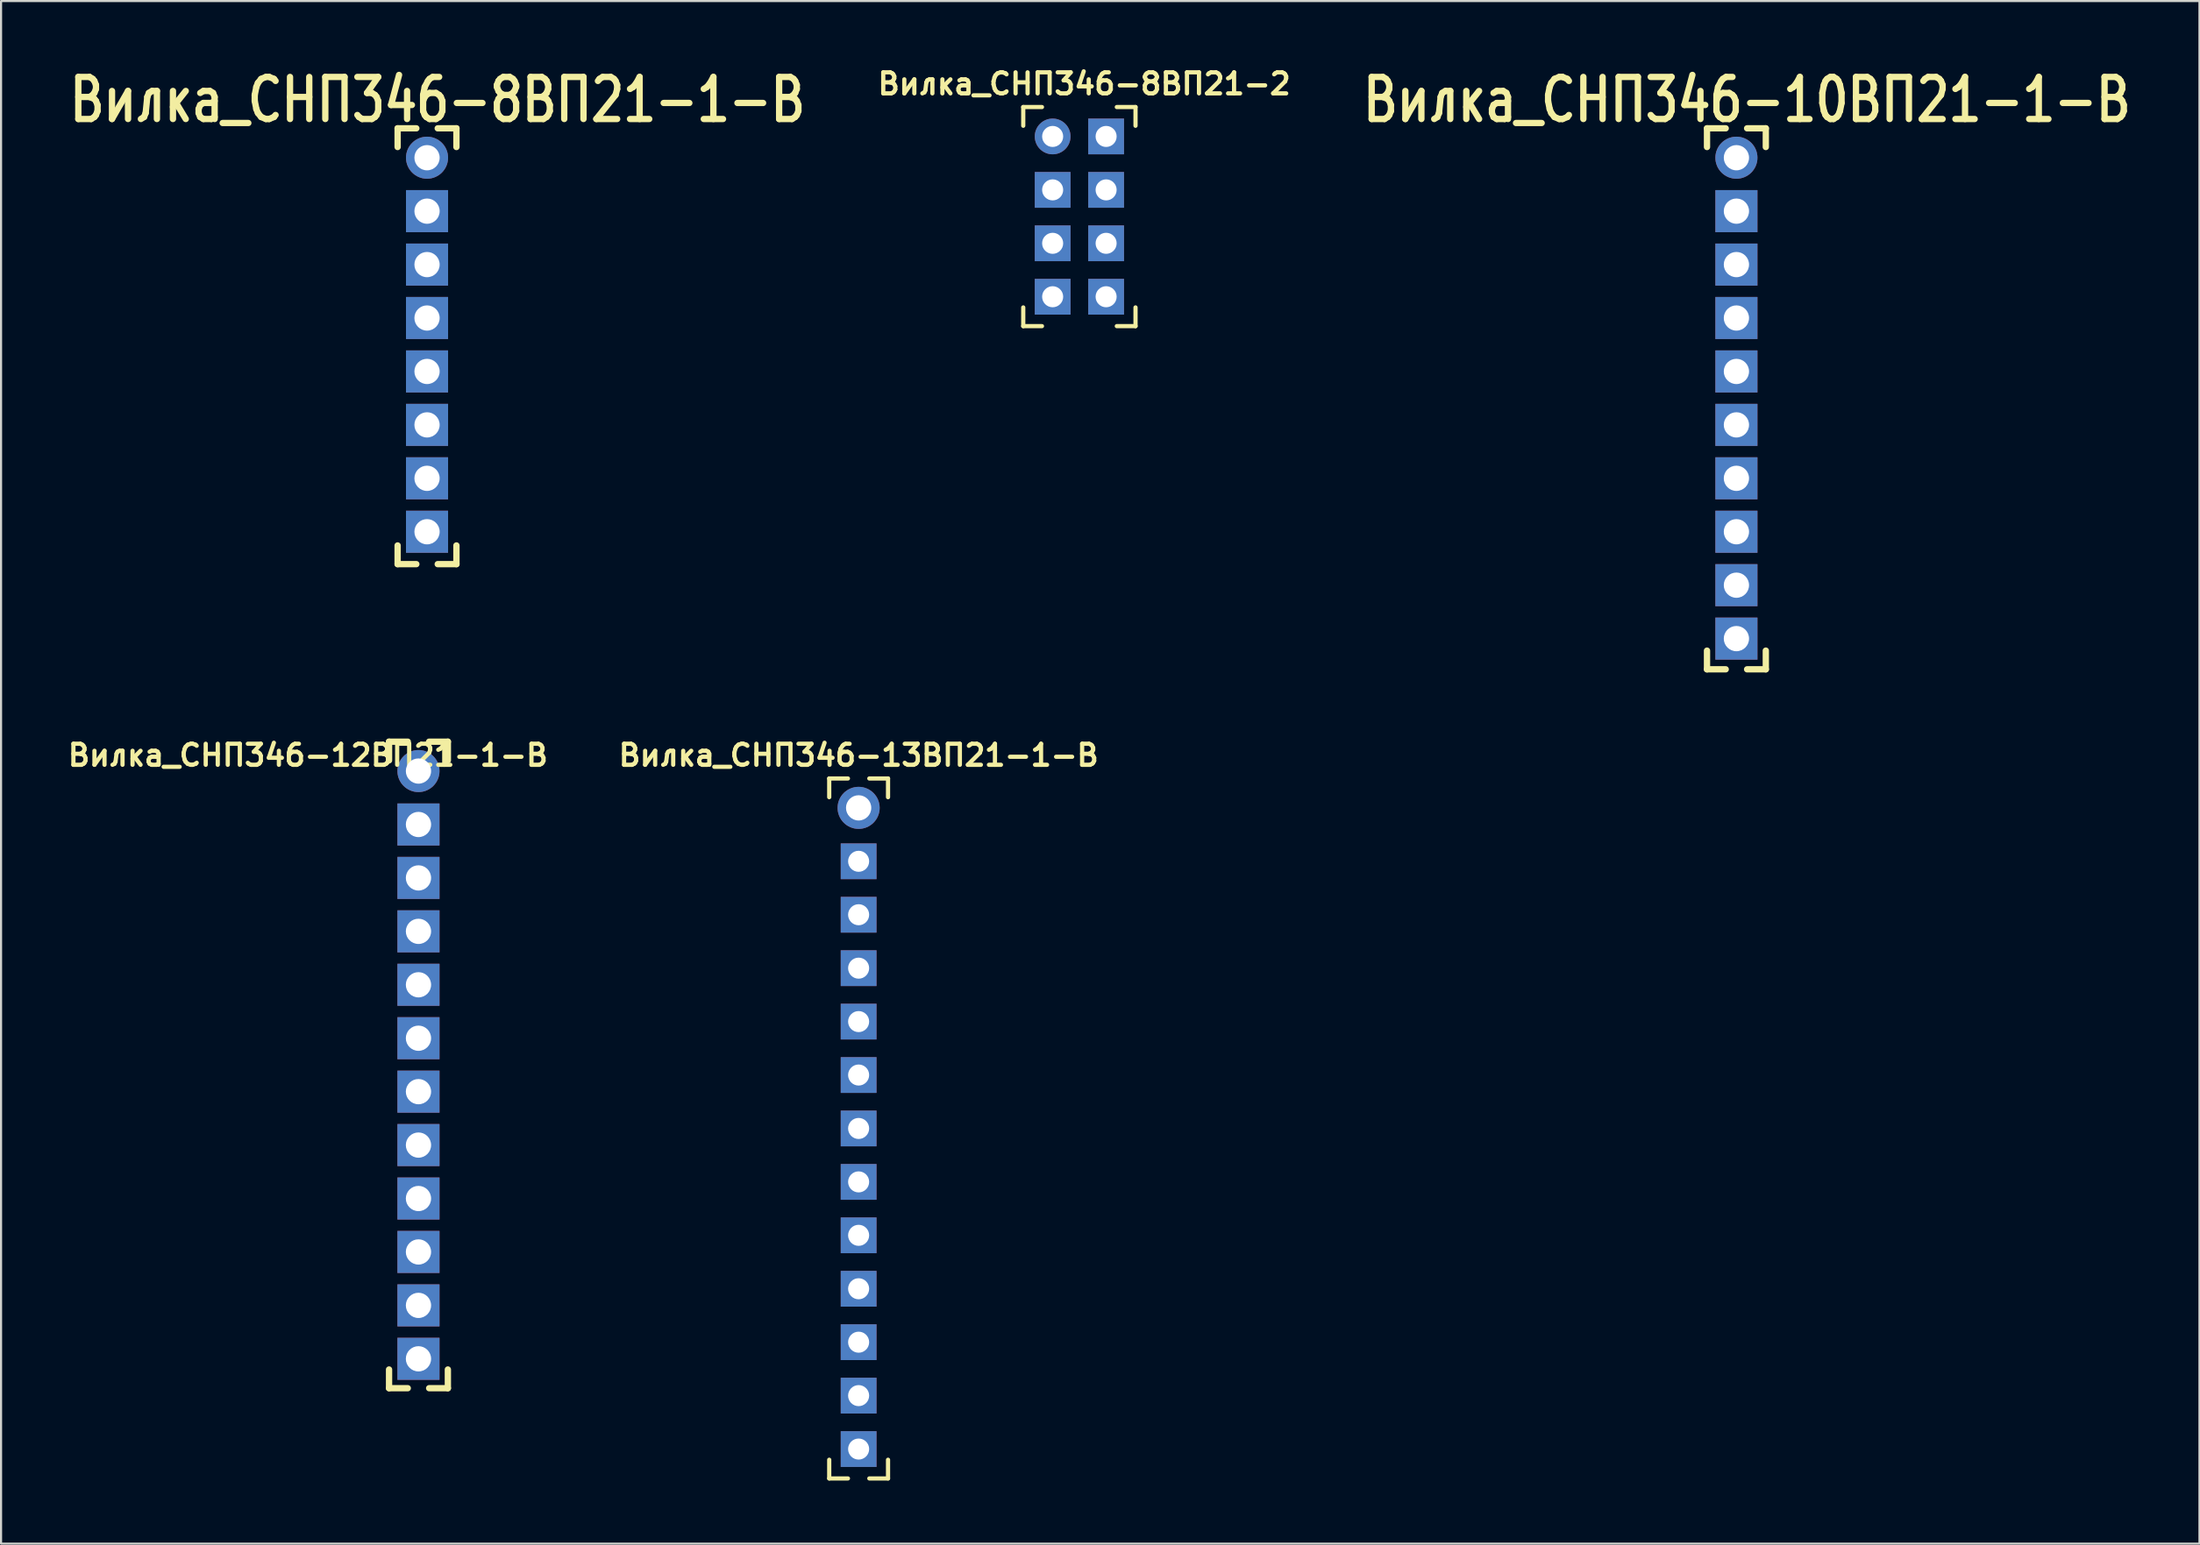
<source format=kicad_pcb>
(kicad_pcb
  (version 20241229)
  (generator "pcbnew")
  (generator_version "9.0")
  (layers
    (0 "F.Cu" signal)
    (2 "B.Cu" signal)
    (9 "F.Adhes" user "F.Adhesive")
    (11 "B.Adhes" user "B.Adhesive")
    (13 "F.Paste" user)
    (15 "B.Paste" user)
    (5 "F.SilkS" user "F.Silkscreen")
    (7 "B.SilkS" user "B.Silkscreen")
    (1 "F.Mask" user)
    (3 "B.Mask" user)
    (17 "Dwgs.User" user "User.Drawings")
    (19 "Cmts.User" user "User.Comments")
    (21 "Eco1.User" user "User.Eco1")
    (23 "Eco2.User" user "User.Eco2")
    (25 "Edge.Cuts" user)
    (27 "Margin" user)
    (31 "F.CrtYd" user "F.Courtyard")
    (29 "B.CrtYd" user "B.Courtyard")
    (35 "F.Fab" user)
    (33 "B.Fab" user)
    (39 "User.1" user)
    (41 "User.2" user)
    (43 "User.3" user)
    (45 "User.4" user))
  (footprint "Вилка_СНП346-10ВП21-1-В"
    (layer "F.Cu")
    (at 79.446 4.447)
    (property "Reference" "Вилка_СНП346-10ВП21-1-В" (at 0.5 -2.75 0) (layer "F.SilkS") (effects (font (size 2 1.6) (thickness 0.3))))
    (attr through_hole)
    (fp_line (start -1.397 -1.397) (end -1.397 -0.508) (stroke (width 0.3) (type solid)) (layer "F.SilkS"))
    (fp_line (start -1.397 -1.397) (end -0.508 -1.397) (stroke (width 0.3) (type solid)) (layer "F.SilkS"))
    (fp_line (start -1.397 24.32) (end -1.397 23.431) (stroke (width 0.3) (type solid)) (layer "F.SilkS"))
    (fp_line (start -1.397 24.32) (end -0.508 24.32) (stroke (width 0.3) (type solid)) (layer "F.SilkS"))
    (fp_line (start 1.397 -1.397) (end 0.508 -1.397) (stroke (width 0.3) (type solid)) (layer "F.SilkS"))
    (fp_line (start 1.397 -1.397) (end 1.397 -0.508) (stroke (width 0.3) (type solid)) (layer "F.SilkS"))
    (fp_line (start 1.397 24.32) (end 0.508 24.32) (stroke (width 0.3) (type solid)) (layer "F.SilkS"))
    (fp_line (start 1.397 24.32) (end 1.397 23.431) (stroke (width 0.3) (type solid)) (layer "F.SilkS"))
    (pad "1" thru_hole circle (at 0 0) (size 2 2) (drill 1.2) (layers "*.Cu" "*.Mask"))
    (pad "2" thru_hole rect (at 0 2.54) (size 2 2) (drill 1.2) (layers "*.Cu" "*.Mask"))
    (pad "3" thru_hole rect (at 0 5.08) (size 2 2) (drill 1.2) (layers "*.Cu" "*.Mask"))
    (pad "4" thru_hole rect (at 0 7.62) (size 2 2) (drill 1.2) (layers "*.Cu" "*.Mask"))
    (pad "5" thru_hole rect (at 0 10.16) (size 2 2) (drill 1.2) (layers "*.Cu" "*.Mask"))
    (pad "6" thru_hole rect (at 0 12.7) (size 2 2) (drill 1.2) (layers "*.Cu" "*.Mask"))
    (pad "7" thru_hole rect (at 0 15.24) (size 2 2) (drill 1.2) (layers "*.Cu" "*.Mask"))
    (pad "8" thru_hole rect (at 0 17.78) (size 2 2) (drill 1.2) (layers "*.Cu" "*.Mask"))
    (pad "9" thru_hole rect (at 0 20.32) (size 2 2) (drill 1.2) (layers "*.Cu" "*.Mask"))
    (pad "10" thru_hole rect (at 0 22.86) (size 2 2) (drill 1.2) (layers "*.Cu" "*.Mask")))
  (footprint "Вилка_СНП346-8ВП21-1-В"
    (layer "F.Cu")
    (at 17.238 4.447)
    (property "Reference" "Вилка_СНП346-8ВП21-1-В" (at 0.5 -2.75 0) (layer "F.SilkS") (effects (font (size 2 1.6) (thickness 0.3))))
    (attr through_hole)
    (fp_line (start -1.397 -1.397) (end -1.397 -0.508) (stroke (width 0.3) (type solid)) (layer "F.SilkS"))
    (fp_line (start -1.397 -1.397) (end -0.508 -1.397) (stroke (width 0.3) (type solid)) (layer "F.SilkS"))
    (fp_line (start -1.397 19.32) (end -1.397 18.431) (stroke (width 0.3) (type solid)) (layer "F.SilkS"))
    (fp_line (start -1.397 19.32) (end -0.508 19.32) (stroke (width 0.3) (type solid)) (layer "F.SilkS"))
    (fp_line (start 1.397 -1.397) (end 0.508 -1.397) (stroke (width 0.3) (type solid)) (layer "F.SilkS"))
    (fp_line (start 1.397 -1.397) (end 1.397 -0.508) (stroke (width 0.3) (type solid)) (layer "F.SilkS"))
    (fp_line (start 1.397 19.32) (end 0.508 19.32) (stroke (width 0.3) (type solid)) (layer "F.SilkS"))
    (fp_line (start 1.397 19.32) (end 1.397 18.431) (stroke (width 0.3) (type solid)) (layer "F.SilkS"))
    (pad "1" thru_hole circle (at 0 0) (size 2 2) (drill 1.2) (layers "*.Cu" "*.Mask"))
    (pad "2" thru_hole rect (at 0 2.54) (size 2 2) (drill 1.2) (layers "*.Cu" "*.Mask"))
    (pad "3" thru_hole rect (at 0 5.08) (size 2 2) (drill 1.2) (layers "*.Cu" "*.Mask"))
    (pad "4" thru_hole rect (at 0 7.62) (size 2 2) (drill 1.2) (layers "*.Cu" "*.Mask"))
    (pad "5" thru_hole rect (at 0 10.16) (size 2 2) (drill 1.2) (layers "*.Cu" "*.Mask"))
    (pad "6" thru_hole rect (at 0 12.7) (size 2 2) (drill 1.2) (layers "*.Cu" "*.Mask"))
    (pad "7" thru_hole rect (at 0 15.24) (size 2 2) (drill 1.2) (layers "*.Cu" "*.Mask"))
    (pad "8" thru_hole rect (at 0 17.78) (size 2 2) (drill 1.2) (layers "*.Cu" "*.Mask")))
  (footprint "Вилка_СНП346-12ВП21-1-В"
    (layer "F.Cu")
    (at 16.831 33.603)
    (property "Reference" "Вилка_СНП346-12ВП21-1-В" (at -5.25 -0.75 0) (layer "F.SilkS") (effects (font (size 1 1) (thickness 0.2))))
    (attr through_hole)
    (fp_line (start -1.397 -1.397) (end -1.397 -0.508) (stroke (width 0.3) (type solid)) (layer "F.SilkS"))
    (fp_line (start -1.397 -1.397) (end -0.508 -1.397) (stroke (width 0.3) (type solid)) (layer "F.SilkS"))
    (fp_line (start -1.397 29.337) (end -1.397 28.448) (stroke (width 0.3) (type solid)) (layer "F.SilkS"))
    (fp_line (start -1.397 29.337) (end -0.508 29.337) (stroke (width 0.3) (type solid)) (layer "F.SilkS"))
    (fp_line (start 1.397 -1.397) (end 0.508 -1.397) (stroke (width 0.3) (type solid)) (layer "F.SilkS"))
    (fp_line (start 1.397 -1.397) (end 1.397 -0.508) (stroke (width 0.3) (type solid)) (layer "F.SilkS"))
    (fp_line (start 1.397 29.337) (end 0.508 29.337) (stroke (width 0.3) (type solid)) (layer "F.SilkS"))
    (fp_line (start 1.397 29.337) (end 1.397 28.448) (stroke (width 0.3) (type solid)) (layer "F.SilkS"))
    (pad "1" thru_hole circle (at 0 0) (size 2 2) (drill 1.2) (layers "*.Cu" "*.Mask"))
    (pad "2" thru_hole rect (at 0 2.54) (size 2 2) (drill 1.2) (layers "*.Cu" "*.Mask"))
    (pad "3" thru_hole rect (at 0 5.08) (size 2 2) (drill 1.2) (layers "*.Cu" "*.Mask"))
    (pad "4" thru_hole rect (at 0 7.62) (size 2 2) (drill 1.2) (layers "*.Cu" "*.Mask"))
    (pad "5" thru_hole rect (at 0 10.16) (size 2 2) (drill 1.2) (layers "*.Cu" "*.Mask"))
    (pad "6" thru_hole rect (at 0 12.7) (size 2 2) (drill 1.2) (layers "*.Cu" "*.Mask"))
    (pad "7" thru_hole rect (at 0 15.24) (size 2 2) (drill 1.2) (layers "*.Cu" "*.Mask"))
    (pad "8" thru_hole rect (at 0 17.78) (size 2 2) (drill 1.2) (layers "*.Cu" "*.Mask"))
    (pad "9" thru_hole rect (at 0 20.32) (size 2 2) (drill 1.2) (layers "*.Cu" "*.Mask"))
    (pad "10" thru_hole rect (at 0 22.86) (size 2 2) (drill 1.2) (layers "*.Cu" "*.Mask"))
    (pad "11" thru_hole rect (at 0 25.4) (size 2 2) (drill 1.2) (layers "*.Cu" "*.Mask"))
    (pad "12" thru_hole rect (at 0 27.94) (size 2 2) (drill 1.2) (layers "*.Cu" "*.Mask")))
  (footprint "Вилка_СНП346-13ВП21-1-В"
    (layer "F.Cu")
    (at 37.743 35.353)
    (property "Reference" "Вилка_СНП346-13ВП21-1-В" (at 0 -2.5 0) (layer "F.SilkS") (effects (font (size 1 1) (thickness 0.2))))
    (attr through_hole)
    (fp_line (start -1.397 -1.397) (end -1.397 -0.508) (stroke (width 0.2) (type solid)) (layer "F.SilkS"))
    (fp_line (start -1.397 -1.397) (end -0.508 -1.397) (stroke (width 0.2) (type solid)) (layer "F.SilkS"))
    (fp_line (start -1.397 31.877) (end -1.397 30.988) (stroke (width 0.2) (type solid)) (layer "F.SilkS"))
    (fp_line (start -1.397 31.877) (end -0.508 31.877) (stroke (width 0.2) (type solid)) (layer "F.SilkS"))
    (fp_line (start 1.397 -1.397) (end 0.508 -1.397) (stroke (width 0.2) (type solid)) (layer "F.SilkS"))
    (fp_line (start 1.397 -1.397) (end 1.397 -0.508) (stroke (width 0.2) (type solid)) (layer "F.SilkS"))
    (fp_line (start 1.397 31.877) (end 0.508 31.877) (stroke (width 0.2) (type solid)) (layer "F.SilkS"))
    (fp_line (start 1.397 31.877) (end 1.397 30.988) (stroke (width 0.2) (type solid)) (layer "F.SilkS"))
    (pad "1" thru_hole circle (at 0 0) (size 2 2) (drill 1.2) (layers "*.Cu" "*.Mask"))
    (pad "2" thru_hole rect (at 0 2.54) (size 1.7 1.7) (drill 1) (layers "*.Cu" "*.Mask"))
    (pad "3" thru_hole rect (at 0 5.08) (size 1.7 1.7) (drill 1) (layers "*.Cu" "*.Mask"))
    (pad "4" thru_hole rect (at 0 7.62) (size 1.7 1.7) (drill 1) (layers "*.Cu" "*.Mask"))
    (pad "5" thru_hole rect (at 0 10.16) (size 1.7 1.7) (drill 1) (layers "*.Cu" "*.Mask"))
    (pad "6" thru_hole rect (at 0 12.7) (size 1.7 1.7) (drill 1) (layers "*.Cu" "*.Mask"))
    (pad "7" thru_hole rect (at 0 15.24) (size 1.7 1.7) (drill 1) (layers "*.Cu" "*.Mask"))
    (pad "8" thru_hole rect (at 0 17.78) (size 1.7 1.7) (drill 1) (layers "*.Cu" "*.Mask"))
    (pad "9" thru_hole rect (at 0 20.32) (size 1.7 1.7) (drill 1) (layers "*.Cu" "*.Mask"))
    (pad "10" thru_hole rect (at 0 22.86) (size 1.7 1.7) (drill 1) (layers "*.Cu" "*.Mask"))
    (pad "11" thru_hole rect (at 0 25.4) (size 1.7 1.7) (drill 1) (layers "*.Cu" "*.Mask"))
    (pad "12" thru_hole rect (at 0 27.94) (size 1.7 1.7) (drill 1) (layers "*.Cu" "*.Mask"))
    (pad "13" thru_hole rect (at 0 30.48) (size 1.7 1.7) (drill 1) (layers "*.Cu" "*.Mask")))
  (footprint "Вилка_СНП346-8ВП21-2"
    (layer "F.Cu")
    (at 46.961 3.436)
    (property "Reference" "Вилка_СНП346-8ВП21-2" (at 1.5 -2.5 180) (layer "F.SilkS") (effects (font (size 1 1) (thickness 0.2))))
    (attr through_hole)
    (fp_line (start -1.397 -1.397) (end -1.397 -0.508) (stroke (width 0.2) (type solid)) (layer "F.SilkS"))
    (fp_line (start -1.397 -1.397) (end -0.508 -1.397) (stroke (width 0.2) (type solid)) (layer "F.SilkS"))
    (fp_line (start -1.397 9.017) (end -1.397 8.128) (stroke (width 0.2) (type solid)) (layer "F.SilkS"))
    (fp_line (start -1.397 9.017) (end -0.508 9.017) (stroke (width 0.2) (type solid)) (layer "F.SilkS"))
    (fp_line (start 3.937 -1.397) (end 3.048 -1.397) (stroke (width 0.2) (type solid)) (layer "F.SilkS"))
    (fp_line (start 3.937 -1.397) (end 3.937 -0.508) (stroke (width 0.2) (type solid)) (layer "F.SilkS"))
    (fp_line (start 3.937 9.017) (end 3.048 9.017) (stroke (width 0.2) (type solid)) (layer "F.SilkS"))
    (fp_line (start 3.937 9.017) (end 3.937 8.128) (stroke (width 0.2) (type solid)) (layer "F.SilkS"))
    (pad "1" thru_hole circle (at 0 0) (size 1.7 1.7) (drill 1) (layers "*.Cu" "*.Mask"))
    (pad "2" thru_hole rect (at 2.54 0) (size 1.7 1.7) (drill 1) (layers "*.Cu" "*.Mask"))
    (pad "3" thru_hole rect (at 0 2.54) (size 1.7 1.7) (drill 1) (layers "*.Cu" "*.Mask"))
    (pad "4" thru_hole rect (at 2.54 2.54) (size 1.7 1.7) (drill 1) (layers "*.Cu" "*.Mask"))
    (pad "5" thru_hole rect (at 0 5.08) (size 1.7 1.7) (drill 1) (layers "*.Cu" "*.Mask"))
    (pad "6" thru_hole rect (at 2.54 5.08) (size 1.7 1.7) (drill 1) (layers "*.Cu" "*.Mask"))
    (pad "7" thru_hole rect (at 0 7.62) (size 1.7 1.7) (drill 1) (layers "*.Cu" "*.Mask"))
    (pad "8" thru_hole rect (at 2.54 7.62) (size 1.7 1.7) (drill 1) (layers "*.Cu" "*.Mask")))
  (gr_rect
    (start -3 -3)
    (end 101.446 70.33)
    (stroke (width 0.1) (type default))
    (fill no)
    (layer "Edge.Cuts")))
</source>
